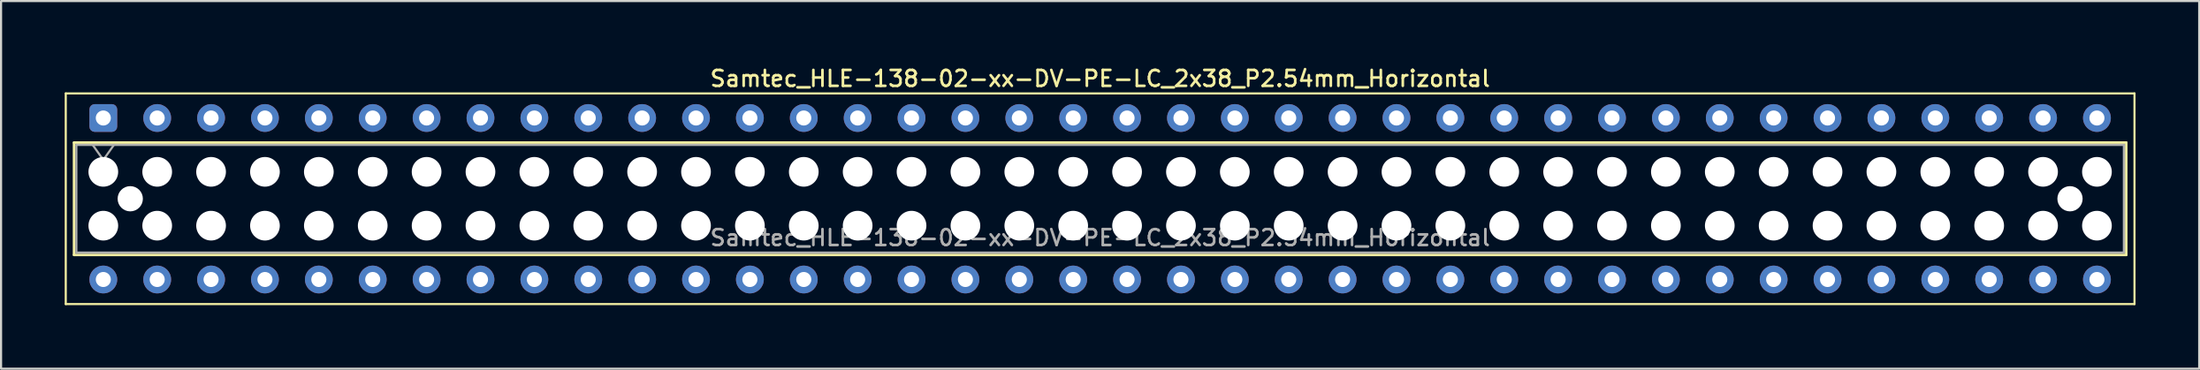
<source format=kicad_pcb>
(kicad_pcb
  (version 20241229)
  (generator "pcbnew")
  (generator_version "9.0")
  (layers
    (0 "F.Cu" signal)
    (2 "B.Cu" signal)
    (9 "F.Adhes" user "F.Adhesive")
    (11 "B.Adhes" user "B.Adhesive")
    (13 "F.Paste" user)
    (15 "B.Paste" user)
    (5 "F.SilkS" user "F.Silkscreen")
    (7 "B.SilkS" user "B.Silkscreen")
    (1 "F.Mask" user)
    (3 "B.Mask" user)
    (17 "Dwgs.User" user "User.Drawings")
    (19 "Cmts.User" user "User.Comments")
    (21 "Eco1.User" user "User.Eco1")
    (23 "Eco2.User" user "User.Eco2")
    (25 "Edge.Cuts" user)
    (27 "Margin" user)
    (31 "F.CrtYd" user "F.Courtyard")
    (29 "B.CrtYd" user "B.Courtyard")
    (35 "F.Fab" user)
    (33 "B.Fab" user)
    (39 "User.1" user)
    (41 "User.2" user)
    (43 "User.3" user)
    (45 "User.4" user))
  (footprint "Samtec_HLE-138-02-xx-DV-PE-LC_2x38_P2.54mm_Horizontal"
    (layer "F.Cu")
    (at 1.82 2.518)
    (property "Reference" "Samtec_HLE-138-02-xx-DV-PE-LC_2x38_P2.54mm_Horizontal" (at 46.99 -1.86 0) (layer "F.SilkS") (effects (font (size 0.75 0.75) (thickness 0.125))))
    (attr through_hole)
    (fp_line (start -1.77 -1.16) (end 95.75 -1.16) (stroke (width 0.1) (type solid)) (layer "F.SilkS"))
    (fp_line (start -1.77 8.78) (end -1.77 -1.16) (stroke (width 0.1) (type solid)) (layer "F.SilkS"))
    (fp_line (start -1.38 1.16) (end 95.36 1.16) (stroke (width 0.12) (type solid)) (layer "F.SilkS"))
    (fp_line (start -1.38 6.46) (end -1.38 1.16) (stroke (width 0.12) (type solid)) (layer "F.SilkS"))
    (fp_line (start 95.36 1.16) (end 95.36 6.46) (stroke (width 0.12) (type solid)) (layer "F.SilkS"))
    (fp_line (start 95.36 6.46) (end -1.38 6.46) (stroke (width 0.12) (type solid)) (layer "F.SilkS"))
    (fp_line (start 95.75 -1.16) (end 95.75 8.78) (stroke (width 0.1) (type solid)) (layer "F.SilkS"))
    (fp_line (start 95.75 8.78) (end -1.77 8.78) (stroke (width 0.1) (type solid)) (layer "F.SilkS"))
    (fp_line (start -1.27 1.27) (end 95.25 1.27) (stroke (width 0.1) (type solid)) (layer "F.Fab"))
    (fp_line (start -1.27 6.35) (end -1.27 1.27) (stroke (width 0.1) (type solid)) (layer "F.Fab"))
    (fp_line (start -0.5 1.27) (end 0 1.977) (stroke (width 0.1) (type solid)) (layer "F.Fab"))
    (fp_line (start 0 1.977) (end 0.5 1.27) (stroke (width 0.1) (type solid)) (layer "F.Fab"))
    (fp_line (start 95.25 1.27) (end 95.25 6.35) (stroke (width 0.1) (type solid)) (layer "F.Fab"))
    (fp_line (start 95.25 6.35) (end -1.27 6.35) (stroke (width 0.1) (type solid)) (layer "F.Fab"))
    (fp_text user "${REFERENCE}" (at 46.99 5.65 0) (layer "F.Fab") (effects (font (size 0.75 0.75) (thickness 0.125))))
    (pad "" np_thru_hole circle (at 0 2.54) (size 1.4 1.4) (drill 1.4) (layers "*.Cu" "*.Mask"))
    (pad "" np_thru_hole circle (at 0 5.08) (size 1.4 1.4) (drill 1.4) (layers "*.Cu" "*.Mask"))
    (pad "" np_thru_hole circle (at 1.27 3.81) (size 1.19 1.19) (drill 1.19) (layers "*.Cu" "*.Mask"))
    (pad "" np_thru_hole circle (at 2.54 2.54) (size 1.4 1.4) (drill 1.4) (layers "*.Cu" "*.Mask"))
    (pad "" np_thru_hole circle (at 2.54 5.08) (size 1.4 1.4) (drill 1.4) (layers "*.Cu" "*.Mask"))
    (pad "" np_thru_hole circle (at 5.08 2.54) (size 1.4 1.4) (drill 1.4) (layers "*.Cu" "*.Mask"))
    (pad "" np_thru_hole circle (at 5.08 5.08) (size 1.4 1.4) (drill 1.4) (layers "*.Cu" "*.Mask"))
    (pad "" np_thru_hole circle (at 7.62 2.54) (size 1.4 1.4) (drill 1.4) (layers "*.Cu" "*.Mask"))
    (pad "" np_thru_hole circle (at 7.62 5.08) (size 1.4 1.4) (drill 1.4) (layers "*.Cu" "*.Mask"))
    (pad "" np_thru_hole circle (at 10.16 2.54) (size 1.4 1.4) (drill 1.4) (layers "*.Cu" "*.Mask"))
    (pad "" np_thru_hole circle (at 10.16 5.08) (size 1.4 1.4) (drill 1.4) (layers "*.Cu" "*.Mask"))
    (pad "" np_thru_hole circle (at 12.7 2.54) (size 1.4 1.4) (drill 1.4) (layers "*.Cu" "*.Mask"))
    (pad "" np_thru_hole circle (at 12.7 5.08) (size 1.4 1.4) (drill 1.4) (layers "*.Cu" "*.Mask"))
    (pad "" np_thru_hole circle (at 15.24 2.54) (size 1.4 1.4) (drill 1.4) (layers "*.Cu" "*.Mask"))
    (pad "" np_thru_hole circle (at 15.24 5.08) (size 1.4 1.4) (drill 1.4) (layers "*.Cu" "*.Mask"))
    (pad "" np_thru_hole circle (at 17.78 2.54) (size 1.4 1.4) (drill 1.4) (layers "*.Cu" "*.Mask"))
    (pad "" np_thru_hole circle (at 17.78 5.08) (size 1.4 1.4) (drill 1.4) (layers "*.Cu" "*.Mask"))
    (pad "" np_thru_hole circle (at 20.32 2.54) (size 1.4 1.4) (drill 1.4) (layers "*.Cu" "*.Mask"))
    (pad "" np_thru_hole circle (at 20.32 5.08) (size 1.4 1.4) (drill 1.4) (layers "*.Cu" "*.Mask"))
    (pad "" np_thru_hole circle (at 22.86 2.54) (size 1.4 1.4) (drill 1.4) (layers "*.Cu" "*.Mask"))
    (pad "" np_thru_hole circle (at 22.86 5.08) (size 1.4 1.4) (drill 1.4) (layers "*.Cu" "*.Mask"))
    (pad "" np_thru_hole circle (at 25.4 2.54) (size 1.4 1.4) (drill 1.4) (layers "*.Cu" "*.Mask"))
    (pad "" np_thru_hole circle (at 25.4 5.08) (size 1.4 1.4) (drill 1.4) (layers "*.Cu" "*.Mask"))
    (pad "" np_thru_hole circle (at 27.94 2.54) (size 1.4 1.4) (drill 1.4) (layers "*.Cu" "*.Mask"))
    (pad "" np_thru_hole circle (at 27.94 5.08) (size 1.4 1.4) (drill 1.4) (layers "*.Cu" "*.Mask"))
    (pad "" np_thru_hole circle (at 30.48 2.54) (size 1.4 1.4) (drill 1.4) (layers "*.Cu" "*.Mask"))
    (pad "" np_thru_hole circle (at 30.48 5.08) (size 1.4 1.4) (drill 1.4) (layers "*.Cu" "*.Mask"))
    (pad "" np_thru_hole circle (at 33.02 2.54) (size 1.4 1.4) (drill 1.4) (layers "*.Cu" "*.Mask"))
    (pad "" np_thru_hole circle (at 33.02 5.08) (size 1.4 1.4) (drill 1.4) (layers "*.Cu" "*.Mask"))
    (pad "" np_thru_hole circle (at 35.56 2.54) (size 1.4 1.4) (drill 1.4) (layers "*.Cu" "*.Mask"))
    (pad "" np_thru_hole circle (at 35.56 5.08) (size 1.4 1.4) (drill 1.4) (layers "*.Cu" "*.Mask"))
    (pad "" np_thru_hole circle (at 38.1 2.54) (size 1.4 1.4) (drill 1.4) (layers "*.Cu" "*.Mask"))
    (pad "" np_thru_hole circle (at 38.1 5.08) (size 1.4 1.4) (drill 1.4) (layers "*.Cu" "*.Mask"))
    (pad "" np_thru_hole circle (at 40.64 2.54) (size 1.4 1.4) (drill 1.4) (layers "*.Cu" "*.Mask"))
    (pad "" np_thru_hole circle (at 40.64 5.08) (size 1.4 1.4) (drill 1.4) (layers "*.Cu" "*.Mask"))
    (pad "" np_thru_hole circle (at 43.18 2.54) (size 1.4 1.4) (drill 1.4) (layers "*.Cu" "*.Mask"))
    (pad "" np_thru_hole circle (at 43.18 5.08) (size 1.4 1.4) (drill 1.4) (layers "*.Cu" "*.Mask"))
    (pad "" np_thru_hole circle (at 45.72 2.54) (size 1.4 1.4) (drill 1.4) (layers "*.Cu" "*.Mask"))
    (pad "" np_thru_hole circle (at 45.72 5.08) (size 1.4 1.4) (drill 1.4) (layers "*.Cu" "*.Mask"))
    (pad "" np_thru_hole circle (at 48.26 2.54) (size 1.4 1.4) (drill 1.4) (layers "*.Cu" "*.Mask"))
    (pad "" np_thru_hole circle (at 48.26 5.08) (size 1.4 1.4) (drill 1.4) (layers "*.Cu" "*.Mask"))
    (pad "" np_thru_hole circle (at 50.8 2.54) (size 1.4 1.4) (drill 1.4) (layers "*.Cu" "*.Mask"))
    (pad "" np_thru_hole circle (at 50.8 5.08) (size 1.4 1.4) (drill 1.4) (layers "*.Cu" "*.Mask"))
    (pad "" np_thru_hole circle (at 53.34 2.54) (size 1.4 1.4) (drill 1.4) (layers "*.Cu" "*.Mask"))
    (pad "" np_thru_hole circle (at 53.34 5.08) (size 1.4 1.4) (drill 1.4) (layers "*.Cu" "*.Mask"))
    (pad "" np_thru_hole circle (at 55.88 2.54) (size 1.4 1.4) (drill 1.4) (layers "*.Cu" "*.Mask"))
    (pad "" np_thru_hole circle (at 55.88 5.08) (size 1.4 1.4) (drill 1.4) (layers "*.Cu" "*.Mask"))
    (pad "" np_thru_hole circle (at 58.42 2.54) (size 1.4 1.4) (drill 1.4) (layers "*.Cu" "*.Mask"))
    (pad "" np_thru_hole circle (at 58.42 5.08) (size 1.4 1.4) (drill 1.4) (layers "*.Cu" "*.Mask"))
    (pad "" np_thru_hole circle (at 60.96 2.54) (size 1.4 1.4) (drill 1.4) (layers "*.Cu" "*.Mask"))
    (pad "" np_thru_hole circle (at 60.96 5.08) (size 1.4 1.4) (drill 1.4) (layers "*.Cu" "*.Mask"))
    (pad "" np_thru_hole circle (at 63.5 2.54) (size 1.4 1.4) (drill 1.4) (layers "*.Cu" "*.Mask"))
    (pad "" np_thru_hole circle (at 63.5 5.08) (size 1.4 1.4) (drill 1.4) (layers "*.Cu" "*.Mask"))
    (pad "" np_thru_hole circle (at 66.04 2.54) (size 1.4 1.4) (drill 1.4) (layers "*.Cu" "*.Mask"))
    (pad "" np_thru_hole circle (at 66.04 5.08) (size 1.4 1.4) (drill 1.4) (layers "*.Cu" "*.Mask"))
    (pad "" np_thru_hole circle (at 68.58 2.54) (size 1.4 1.4) (drill 1.4) (layers "*.Cu" "*.Mask"))
    (pad "" np_thru_hole circle (at 68.58 5.08) (size 1.4 1.4) (drill 1.4) (layers "*.Cu" "*.Mask"))
    (pad "" np_thru_hole circle (at 71.12 2.54) (size 1.4 1.4) (drill 1.4) (layers "*.Cu" "*.Mask"))
    (pad "" np_thru_hole circle (at 71.12 5.08) (size 1.4 1.4) (drill 1.4) (layers "*.Cu" "*.Mask"))
    (pad "" np_thru_hole circle (at 73.66 2.54) (size 1.4 1.4) (drill 1.4) (layers "*.Cu" "*.Mask"))
    (pad "" np_thru_hole circle (at 73.66 5.08) (size 1.4 1.4) (drill 1.4) (layers "*.Cu" "*.Mask"))
    (pad "" np_thru_hole circle (at 76.2 2.54) (size 1.4 1.4) (drill 1.4) (layers "*.Cu" "*.Mask"))
    (pad "" np_thru_hole circle (at 76.2 5.08) (size 1.4 1.4) (drill 1.4) (layers "*.Cu" "*.Mask"))
    (pad "" np_thru_hole circle (at 78.74 2.54) (size 1.4 1.4) (drill 1.4) (layers "*.Cu" "*.Mask"))
    (pad "" np_thru_hole circle (at 78.74 5.08) (size 1.4 1.4) (drill 1.4) (layers "*.Cu" "*.Mask"))
    (pad "" np_thru_hole circle (at 81.28 2.54) (size 1.4 1.4) (drill 1.4) (layers "*.Cu" "*.Mask"))
    (pad "" np_thru_hole circle (at 81.28 5.08) (size 1.4 1.4) (drill 1.4) (layers "*.Cu" "*.Mask"))
    (pad "" np_thru_hole circle (at 83.82 2.54) (size 1.4 1.4) (drill 1.4) (layers "*.Cu" "*.Mask"))
    (pad "" np_thru_hole circle (at 83.82 5.08) (size 1.4 1.4) (drill 1.4) (layers "*.Cu" "*.Mask"))
    (pad "" np_thru_hole circle (at 86.36 2.54) (size 1.4 1.4) (drill 1.4) (layers "*.Cu" "*.Mask"))
    (pad "" np_thru_hole circle (at 86.36 5.08) (size 1.4 1.4) (drill 1.4) (layers "*.Cu" "*.Mask"))
    (pad "" np_thru_hole circle (at 88.9 2.54) (size 1.4 1.4) (drill 1.4) (layers "*.Cu" "*.Mask"))
    (pad "" np_thru_hole circle (at 88.9 5.08) (size 1.4 1.4) (drill 1.4) (layers "*.Cu" "*.Mask"))
    (pad "" np_thru_hole circle (at 91.44 2.54) (size 1.4 1.4) (drill 1.4) (layers "*.Cu" "*.Mask"))
    (pad "" np_thru_hole circle (at 91.44 5.08) (size 1.4 1.4) (drill 1.4) (layers "*.Cu" "*.Mask"))
    (pad "" np_thru_hole circle (at 92.71 3.81) (size 1.19 1.19) (drill 1.19) (layers "*.Cu" "*.Mask"))
    (pad "" np_thru_hole circle (at 93.98 2.54) (size 1.4 1.4) (drill 1.4) (layers "*.Cu" "*.Mask"))
    (pad "" np_thru_hole circle (at 93.98 5.08) (size 1.4 1.4) (drill 1.4) (layers "*.Cu" "*.Mask"))
    (pad "1" thru_hole roundrect (at 0 0) (size 1.31 1.31) (drill 0.71) (layers "*.Cu" "*.Mask") (roundrect_rratio 0.191))
    (pad "2" thru_hole circle (at 0 7.62) (size 1.31 1.31) (drill 0.71) (layers "*.Cu" "*.Mask"))
    (pad "3" thru_hole circle (at 2.54 0) (size 1.31 1.31) (drill 0.71) (layers "*.Cu" "*.Mask"))
    (pad "4" thru_hole circle (at 2.54 7.62) (size 1.31 1.31) (drill 0.71) (layers "*.Cu" "*.Mask"))
    (pad "5" thru_hole circle (at 5.08 0) (size 1.31 1.31) (drill 0.71) (layers "*.Cu" "*.Mask"))
    (pad "6" thru_hole circle (at 5.08 7.62) (size 1.31 1.31) (drill 0.71) (layers "*.Cu" "*.Mask"))
    (pad "7" thru_hole circle (at 7.62 0) (size 1.31 1.31) (drill 0.71) (layers "*.Cu" "*.Mask"))
    (pad "8" thru_hole circle (at 7.62 7.62) (size 1.31 1.31) (drill 0.71) (layers "*.Cu" "*.Mask"))
    (pad "9" thru_hole circle (at 10.16 0) (size 1.31 1.31) (drill 0.71) (layers "*.Cu" "*.Mask"))
    (pad "10" thru_hole circle (at 10.16 7.62) (size 1.31 1.31) (drill 0.71) (layers "*.Cu" "*.Mask"))
    (pad "11" thru_hole circle (at 12.7 0) (size 1.31 1.31) (drill 0.71) (layers "*.Cu" "*.Mask"))
    (pad "12" thru_hole circle (at 12.7 7.62) (size 1.31 1.31) (drill 0.71) (layers "*.Cu" "*.Mask"))
    (pad "13" thru_hole circle (at 15.24 0) (size 1.31 1.31) (drill 0.71) (layers "*.Cu" "*.Mask"))
    (pad "14" thru_hole circle (at 15.24 7.62) (size 1.31 1.31) (drill 0.71) (layers "*.Cu" "*.Mask"))
    (pad "15" thru_hole circle (at 17.78 0) (size 1.31 1.31) (drill 0.71) (layers "*.Cu" "*.Mask"))
    (pad "16" thru_hole circle (at 17.78 7.62) (size 1.31 1.31) (drill 0.71) (layers "*.Cu" "*.Mask"))
    (pad "17" thru_hole circle (at 20.32 0) (size 1.31 1.31) (drill 0.71) (layers "*.Cu" "*.Mask"))
    (pad "18" thru_hole circle (at 20.32 7.62) (size 1.31 1.31) (drill 0.71) (layers "*.Cu" "*.Mask"))
    (pad "19" thru_hole circle (at 22.86 0) (size 1.31 1.31) (drill 0.71) (layers "*.Cu" "*.Mask"))
    (pad "20" thru_hole circle (at 22.86 7.62) (size 1.31 1.31) (drill 0.71) (layers "*.Cu" "*.Mask"))
    (pad "21" thru_hole circle (at 25.4 0) (size 1.31 1.31) (drill 0.71) (layers "*.Cu" "*.Mask"))
    (pad "22" thru_hole circle (at 25.4 7.62) (size 1.31 1.31) (drill 0.71) (layers "*.Cu" "*.Mask"))
    (pad "23" thru_hole circle (at 27.94 0) (size 1.31 1.31) (drill 0.71) (layers "*.Cu" "*.Mask"))
    (pad "24" thru_hole circle (at 27.94 7.62) (size 1.31 1.31) (drill 0.71) (layers "*.Cu" "*.Mask"))
    (pad "25" thru_hole circle (at 30.48 0) (size 1.31 1.31) (drill 0.71) (layers "*.Cu" "*.Mask"))
    (pad "26" thru_hole circle (at 30.48 7.62) (size 1.31 1.31) (drill 0.71) (layers "*.Cu" "*.Mask"))
    (pad "27" thru_hole circle (at 33.02 0) (size 1.31 1.31) (drill 0.71) (layers "*.Cu" "*.Mask"))
    (pad "28" thru_hole circle (at 33.02 7.62) (size 1.31 1.31) (drill 0.71) (layers "*.Cu" "*.Mask"))
    (pad "29" thru_hole circle (at 35.56 0) (size 1.31 1.31) (drill 0.71) (layers "*.Cu" "*.Mask"))
    (pad "30" thru_hole circle (at 35.56 7.62) (size 1.31 1.31) (drill 0.71) (layers "*.Cu" "*.Mask"))
    (pad "31" thru_hole circle (at 38.1 0) (size 1.31 1.31) (drill 0.71) (layers "*.Cu" "*.Mask"))
    (pad "32" thru_hole circle (at 38.1 7.62) (size 1.31 1.31) (drill 0.71) (layers "*.Cu" "*.Mask"))
    (pad "33" thru_hole circle (at 40.64 0) (size 1.31 1.31) (drill 0.71) (layers "*.Cu" "*.Mask"))
    (pad "34" thru_hole circle (at 40.64 7.62) (size 1.31 1.31) (drill 0.71) (layers "*.Cu" "*.Mask"))
    (pad "35" thru_hole circle (at 43.18 0) (size 1.31 1.31) (drill 0.71) (layers "*.Cu" "*.Mask"))
    (pad "36" thru_hole circle (at 43.18 7.62) (size 1.31 1.31) (drill 0.71) (layers "*.Cu" "*.Mask"))
    (pad "37" thru_hole circle (at 45.72 0) (size 1.31 1.31) (drill 0.71) (layers "*.Cu" "*.Mask"))
    (pad "38" thru_hole circle (at 45.72 7.62) (size 1.31 1.31) (drill 0.71) (layers "*.Cu" "*.Mask"))
    (pad "39" thru_hole circle (at 48.26 0) (size 1.31 1.31) (drill 0.71) (layers "*.Cu" "*.Mask"))
    (pad "40" thru_hole circle (at 48.26 7.62) (size 1.31 1.31) (drill 0.71) (layers "*.Cu" "*.Mask"))
    (pad "41" thru_hole circle (at 50.8 0) (size 1.31 1.31) (drill 0.71) (layers "*.Cu" "*.Mask"))
    (pad "42" thru_hole circle (at 50.8 7.62) (size 1.31 1.31) (drill 0.71) (layers "*.Cu" "*.Mask"))
    (pad "43" thru_hole circle (at 53.34 0) (size 1.31 1.31) (drill 0.71) (layers "*.Cu" "*.Mask"))
    (pad "44" thru_hole circle (at 53.34 7.62) (size 1.31 1.31) (drill 0.71) (layers "*.Cu" "*.Mask"))
    (pad "45" thru_hole circle (at 55.88 0) (size 1.31 1.31) (drill 0.71) (layers "*.Cu" "*.Mask"))
    (pad "46" thru_hole circle (at 55.88 7.62) (size 1.31 1.31) (drill 0.71) (layers "*.Cu" "*.Mask"))
    (pad "47" thru_hole circle (at 58.42 0) (size 1.31 1.31) (drill 0.71) (layers "*.Cu" "*.Mask"))
    (pad "48" thru_hole circle (at 58.42 7.62) (size 1.31 1.31) (drill 0.71) (layers "*.Cu" "*.Mask"))
    (pad "49" thru_hole circle (at 60.96 0) (size 1.31 1.31) (drill 0.71) (layers "*.Cu" "*.Mask"))
    (pad "50" thru_hole circle (at 60.96 7.62) (size 1.31 1.31) (drill 0.71) (layers "*.Cu" "*.Mask"))
    (pad "51" thru_hole circle (at 63.5 0) (size 1.31 1.31) (drill 0.71) (layers "*.Cu" "*.Mask"))
    (pad "52" thru_hole circle (at 63.5 7.62) (size 1.31 1.31) (drill 0.71) (layers "*.Cu" "*.Mask"))
    (pad "53" thru_hole circle (at 66.04 0) (size 1.31 1.31) (drill 0.71) (layers "*.Cu" "*.Mask"))
    (pad "54" thru_hole circle (at 66.04 7.62) (size 1.31 1.31) (drill 0.71) (layers "*.Cu" "*.Mask"))
    (pad "55" thru_hole circle (at 68.58 0) (size 1.31 1.31) (drill 0.71) (layers "*.Cu" "*.Mask"))
    (pad "56" thru_hole circle (at 68.58 7.62) (size 1.31 1.31) (drill 0.71) (layers "*.Cu" "*.Mask"))
    (pad "57" thru_hole circle (at 71.12 0) (size 1.31 1.31) (drill 0.71) (layers "*.Cu" "*.Mask"))
    (pad "58" thru_hole circle (at 71.12 7.62) (size 1.31 1.31) (drill 0.71) (layers "*.Cu" "*.Mask"))
    (pad "59" thru_hole circle (at 73.66 0) (size 1.31 1.31) (drill 0.71) (layers "*.Cu" "*.Mask"))
    (pad "60" thru_hole circle (at 73.66 7.62) (size 1.31 1.31) (drill 0.71) (layers "*.Cu" "*.Mask"))
    (pad "61" thru_hole circle (at 76.2 0) (size 1.31 1.31) (drill 0.71) (layers "*.Cu" "*.Mask"))
    (pad "62" thru_hole circle (at 76.2 7.62) (size 1.31 1.31) (drill 0.71) (layers "*.Cu" "*.Mask"))
    (pad "63" thru_hole circle (at 78.74 0) (size 1.31 1.31) (drill 0.71) (layers "*.Cu" "*.Mask"))
    (pad "64" thru_hole circle (at 78.74 7.62) (size 1.31 1.31) (drill 0.71) (layers "*.Cu" "*.Mask"))
    (pad "65" thru_hole circle (at 81.28 0) (size 1.31 1.31) (drill 0.71) (layers "*.Cu" "*.Mask"))
    (pad "66" thru_hole circle (at 81.28 7.62) (size 1.31 1.31) (drill 0.71) (layers "*.Cu" "*.Mask"))
    (pad "67" thru_hole circle (at 83.82 0) (size 1.31 1.31) (drill 0.71) (layers "*.Cu" "*.Mask"))
    (pad "68" thru_hole circle (at 83.82 7.62) (size 1.31 1.31) (drill 0.71) (layers "*.Cu" "*.Mask"))
    (pad "69" thru_hole circle (at 86.36 0) (size 1.31 1.31) (drill 0.71) (layers "*.Cu" "*.Mask"))
    (pad "70" thru_hole circle (at 86.36 7.62) (size 1.31 1.31) (drill 0.71) (layers "*.Cu" "*.Mask"))
    (pad "71" thru_hole circle (at 88.9 0) (size 1.31 1.31) (drill 0.71) (layers "*.Cu" "*.Mask"))
    (pad "72" thru_hole circle (at 88.9 7.62) (size 1.31 1.31) (drill 0.71) (layers "*.Cu" "*.Mask"))
    (pad "73" thru_hole circle (at 91.44 0) (size 1.31 1.31) (drill 0.71) (layers "*.Cu" "*.Mask"))
    (pad "74" thru_hole circle (at 91.44 7.62) (size 1.31 1.31) (drill 0.71) (layers "*.Cu" "*.Mask"))
    (pad "75" thru_hole circle (at 93.98 0) (size 1.31 1.31) (drill 0.71) (layers "*.Cu" "*.Mask"))
    (pad "76" thru_hole circle (at 93.98 7.62) (size 1.31 1.31) (drill 0.71) (layers "*.Cu" "*.Mask")))
  (gr_rect
    (start -3 -3)
    (end 100.62 14.348)
    (stroke (width 0.1) (type default))
    (fill no)
    (layer "Edge.Cuts")))
</source>
